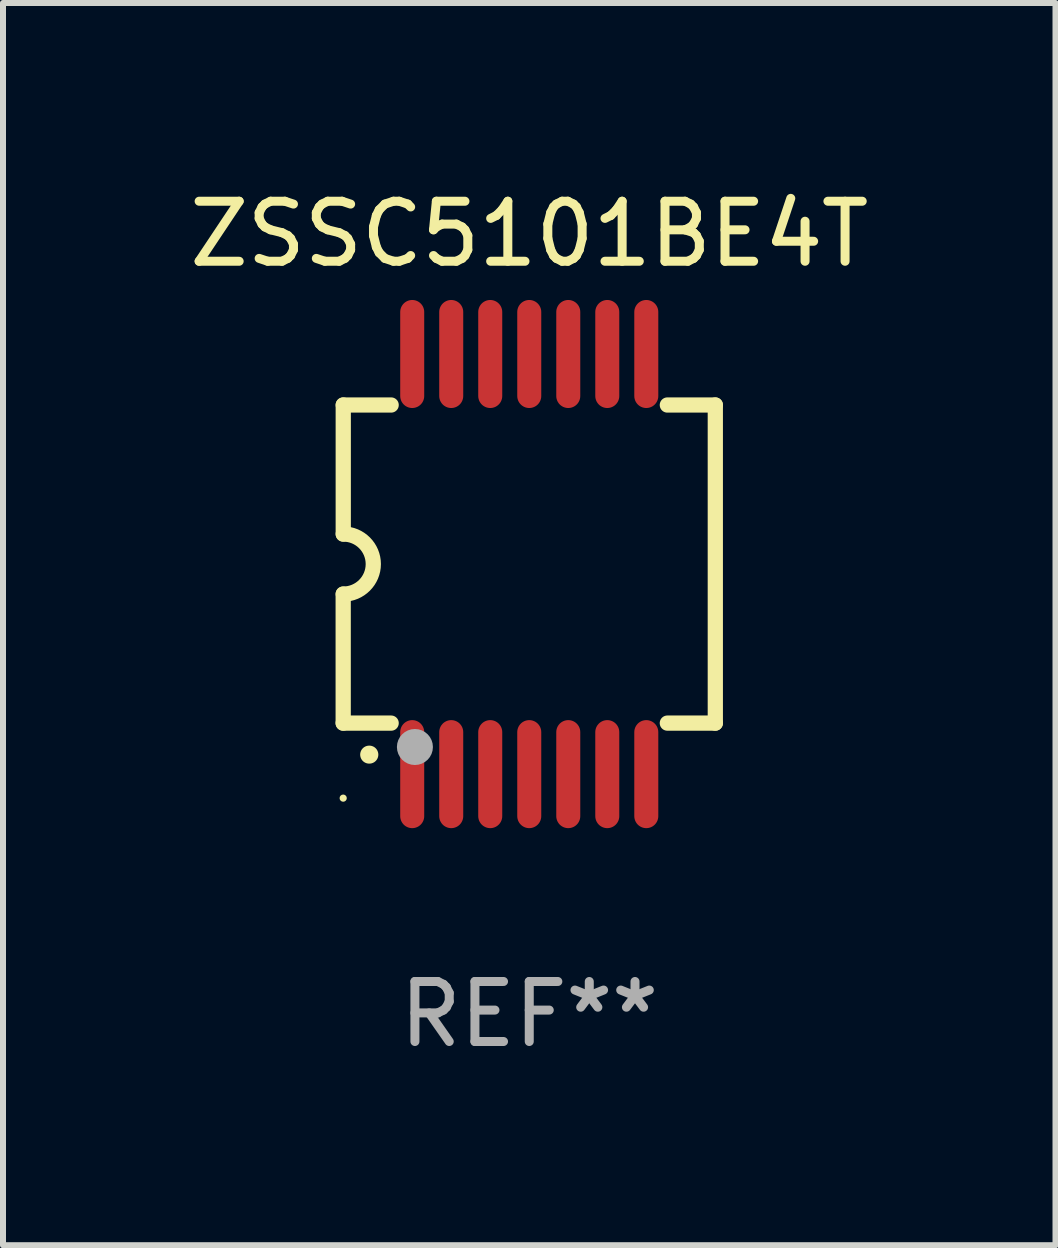
<source format=kicad_pcb>
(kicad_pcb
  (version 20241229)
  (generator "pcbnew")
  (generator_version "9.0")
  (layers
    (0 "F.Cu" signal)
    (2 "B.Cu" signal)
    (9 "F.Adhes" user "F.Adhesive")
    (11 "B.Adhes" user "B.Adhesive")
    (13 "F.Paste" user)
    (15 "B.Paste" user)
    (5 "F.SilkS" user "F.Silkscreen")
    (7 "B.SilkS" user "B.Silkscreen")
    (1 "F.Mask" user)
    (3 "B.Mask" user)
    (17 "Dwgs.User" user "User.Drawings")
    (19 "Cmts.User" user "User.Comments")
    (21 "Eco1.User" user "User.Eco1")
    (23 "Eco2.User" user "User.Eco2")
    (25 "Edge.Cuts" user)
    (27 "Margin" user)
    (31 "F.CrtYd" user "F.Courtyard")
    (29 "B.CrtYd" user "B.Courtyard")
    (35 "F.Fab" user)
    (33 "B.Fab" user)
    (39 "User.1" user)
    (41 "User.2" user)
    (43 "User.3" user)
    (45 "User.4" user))
  (footprint "ZSSC5101BE4T"
    (layer "F.Cu")
    (at 5.768 6.348)
    (property "Reference" "ZSSC5101BE4T" (at 0 -5.5 0) (layer "F.SilkS") (effects (font (size 1 1) (thickness 0.15))))
    (attr through_hole)
    (fp_line (start -3.1 2.65) (end -3.1 0.5) (stroke (width 0.254) (type solid)) (layer "F.SilkS"))
    (fp_line (start -3.099 -2.65) (end -2.301 -2.65) (stroke (width 0.254) (type solid)) (layer "F.SilkS"))
    (fp_line (start -3.099 -0.5) (end -3.099 -2.65) (stroke (width 0.254) (type solid)) (layer "F.SilkS"))
    (fp_line (start -2.301 2.65) (end -3.1 2.65) (stroke (width 0.254) (type solid)) (layer "F.SilkS"))
    (fp_line (start 2.301 -2.65) (end 3.1 -2.65) (stroke (width 0.254) (type solid)) (layer "F.SilkS"))
    (fp_line (start 3.1 -2.65) (end 3.1 2.65) (stroke (width 0.254) (type solid)) (layer "F.SilkS"))
    (fp_line (start 3.1 2.65) (end 2.301 2.65) (stroke (width 0.254) (type solid)) (layer "F.SilkS"))
    (fp_arc (start -3.098806 -0.500381) (mid -2.598806 0) (end -3.098806 0.500381) (stroke (width 0.254001) (type solid)) (layer "F.SilkS"))
    (fp_arc (start -2.667005 3.175006) (mid -2.665735 3.175001) (end -2.664465 3.175006) (stroke (width 0.3) (type solid)) (layer "F.SilkS"))
    (fp_circle (center -3.1 3.9) (end -3.07 3.9) (stroke (width 0.06) (type solid)) (fill no) (layer "F.SilkS"))
    (fp_circle (center -1.905 3.048) (end -1.755 3.048) (stroke (width 0.3) (type solid)) (fill no) (layer "F.Fab"))
    (fp_text user "REF**" (at 0 7.5 0) (layer "F.Fab") (effects (font (size 1 1) (thickness 0.15))))
    (pad "1" smd oval (at -1.95 3.5 270) (size 1.8 0.4) (layers "F.Cu" "F.Mask" "F.Paste"))
    (pad "2" smd oval (at -1.3 3.5 270) (size 1.8 0.4) (layers "F.Cu" "F.Mask" "F.Paste"))
    (pad "3" smd oval (at -0.65 3.5 270) (size 1.8 0.4) (layers "F.Cu" "F.Mask" "F.Paste"))
    (pad "4" smd oval (at 0 3.5 270) (size 1.8 0.4) (layers "F.Cu" "F.Mask" "F.Paste"))
    (pad "5" smd oval (at 0.65 3.5 270) (size 1.8 0.4) (layers "F.Cu" "F.Mask" "F.Paste"))
    (pad "6" smd oval (at 1.3 3.5 270) (size 1.8 0.4) (layers "F.Cu" "F.Mask" "F.Paste"))
    (pad "7" smd oval (at 1.95 3.5 270) (size 1.8 0.4) (layers "F.Cu" "F.Mask" "F.Paste"))
    (pad "8" smd oval (at 1.95 -3.5 90) (size 1.8 0.4) (layers "F.Cu" "F.Mask" "F.Paste"))
    (pad "9" smd oval (at 1.3 -3.5 90) (size 1.8 0.4) (layers "F.Cu" "F.Mask" "F.Paste"))
    (pad "10" smd oval (at 0.65 -3.5 90) (size 1.8 0.4) (layers "F.Cu" "F.Mask" "F.Paste"))
    (pad "11" smd oval (at 0 -3.5 90) (size 1.8 0.4) (layers "F.Cu" "F.Mask" "F.Paste"))
    (pad "12" smd oval (at -0.65 -3.5 90) (size 1.8 0.4) (layers "F.Cu" "F.Mask" "F.Paste"))
    (pad "13" smd oval (at -1.3 -3.5 90) (size 1.8 0.4) (layers "F.Cu" "F.Mask" "F.Paste"))
    (pad "14" smd oval (at -1.95 -3.5 90) (size 1.8 0.4) (layers "F.Cu" "F.Mask" "F.Paste")))
  (gr_rect
    (start -3 -3)
    (end 14.536 17.697)
    (stroke (width 0.1) (type default))
    (fill no)
    (layer "Edge.Cuts")))
</source>
